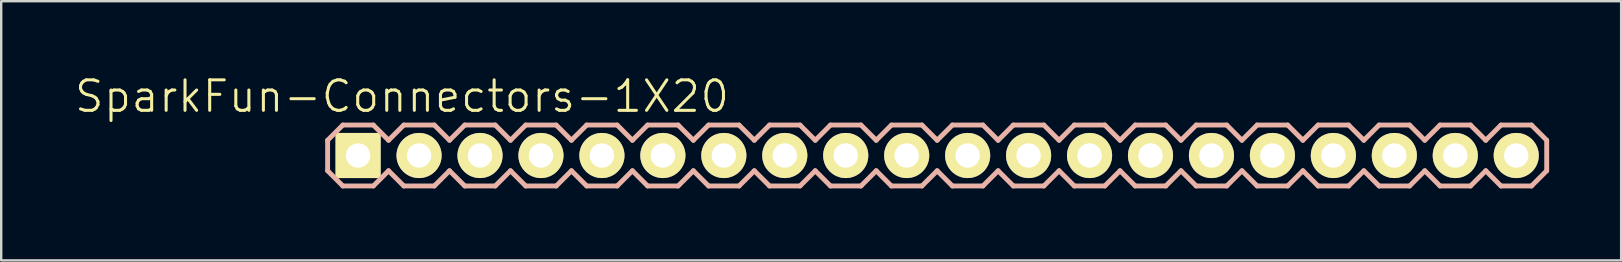
<source format=kicad_pcb>
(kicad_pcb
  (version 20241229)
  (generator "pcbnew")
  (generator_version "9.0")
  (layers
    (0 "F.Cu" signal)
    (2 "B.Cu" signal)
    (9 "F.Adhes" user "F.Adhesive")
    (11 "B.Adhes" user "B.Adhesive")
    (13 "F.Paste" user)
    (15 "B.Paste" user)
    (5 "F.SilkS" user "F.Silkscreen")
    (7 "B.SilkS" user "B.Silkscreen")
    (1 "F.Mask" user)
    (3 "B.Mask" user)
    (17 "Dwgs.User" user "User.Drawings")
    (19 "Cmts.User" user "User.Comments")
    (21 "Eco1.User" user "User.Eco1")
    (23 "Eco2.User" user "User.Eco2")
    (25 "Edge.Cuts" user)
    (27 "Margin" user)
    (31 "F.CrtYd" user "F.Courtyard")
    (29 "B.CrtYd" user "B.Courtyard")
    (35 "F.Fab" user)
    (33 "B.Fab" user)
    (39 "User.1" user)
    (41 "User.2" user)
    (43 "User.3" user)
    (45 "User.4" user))
  (footprint "SparkFun-Connectors-1X20"
    (layer "F.Cu")
    (at 11.872 3.43)
    (property "Reference" "SparkFun-Connectors-1X20" (at 1.829 -2.464 0) (layer "F.SilkS") (effects (font (size 1.27 1.27) (thickness 0.127))))
    (attr exclude_from_pos_files exclude_from_bom)
    (fp_line (start -0.254 -0.254) (end 0.254 -0.254) (stroke (width 0.066) (type solid)) (layer "F.SilkS"))
    (fp_line (start -0.254 0.254) (end -0.254 -0.254) (stroke (width 0.066) (type solid)) (layer "F.SilkS"))
    (fp_line (start -0.254 0.254) (end 0.254 0.254) (stroke (width 0.066) (type solid)) (layer "F.SilkS"))
    (fp_line (start 0.254 0.254) (end 0.254 -0.254) (stroke (width 0.066) (type solid)) (layer "F.SilkS"))
    (fp_line (start 2.286 -0.254) (end 2.794 -0.254) (stroke (width 0.066) (type solid)) (layer "F.SilkS"))
    (fp_line (start 2.286 0.254) (end 2.286 -0.254) (stroke (width 0.066) (type solid)) (layer "F.SilkS"))
    (fp_line (start 2.286 0.254) (end 2.794 0.254) (stroke (width 0.066) (type solid)) (layer "F.SilkS"))
    (fp_line (start 2.794 0.254) (end 2.794 -0.254) (stroke (width 0.066) (type solid)) (layer "F.SilkS"))
    (fp_line (start 4.826 -0.254) (end 5.334 -0.254) (stroke (width 0.066) (type solid)) (layer "F.SilkS"))
    (fp_line (start 4.826 0.254) (end 4.826 -0.254) (stroke (width 0.066) (type solid)) (layer "F.SilkS"))
    (fp_line (start 4.826 0.254) (end 5.334 0.254) (stroke (width 0.066) (type solid)) (layer "F.SilkS"))
    (fp_line (start 5.334 0.254) (end 5.334 -0.254) (stroke (width 0.066) (type solid)) (layer "F.SilkS"))
    (fp_line (start 7.366 -0.254) (end 7.874 -0.254) (stroke (width 0.066) (type solid)) (layer "F.SilkS"))
    (fp_line (start 7.366 0.254) (end 7.366 -0.254) (stroke (width 0.066) (type solid)) (layer "F.SilkS"))
    (fp_line (start 7.366 0.254) (end 7.874 0.254) (stroke (width 0.066) (type solid)) (layer "F.SilkS"))
    (fp_line (start 7.874 0.254) (end 7.874 -0.254) (stroke (width 0.066) (type solid)) (layer "F.SilkS"))
    (fp_line (start 9.906 -0.254) (end 10.414 -0.254) (stroke (width 0.066) (type solid)) (layer "F.SilkS"))
    (fp_line (start 9.906 0.254) (end 9.906 -0.254) (stroke (width 0.066) (type solid)) (layer "F.SilkS"))
    (fp_line (start 9.906 0.254) (end 10.414 0.254) (stroke (width 0.066) (type solid)) (layer "F.SilkS"))
    (fp_line (start 10.414 0.254) (end 10.414 -0.254) (stroke (width 0.066) (type solid)) (layer "F.SilkS"))
    (fp_line (start 12.446 -0.254) (end 12.954 -0.254) (stroke (width 0.066) (type solid)) (layer "F.SilkS"))
    (fp_line (start 12.446 0.254) (end 12.446 -0.254) (stroke (width 0.066) (type solid)) (layer "F.SilkS"))
    (fp_line (start 12.446 0.254) (end 12.954 0.254) (stroke (width 0.066) (type solid)) (layer "F.SilkS"))
    (fp_line (start 12.954 0.254) (end 12.954 -0.254) (stroke (width 0.066) (type solid)) (layer "F.SilkS"))
    (fp_line (start 14.986 -0.254) (end 15.494 -0.254) (stroke (width 0.066) (type solid)) (layer "F.SilkS"))
    (fp_line (start 14.986 0.254) (end 14.986 -0.254) (stroke (width 0.066) (type solid)) (layer "F.SilkS"))
    (fp_line (start 14.986 0.254) (end 15.494 0.254) (stroke (width 0.066) (type solid)) (layer "F.SilkS"))
    (fp_line (start 15.494 0.254) (end 15.494 -0.254) (stroke (width 0.066) (type solid)) (layer "F.SilkS"))
    (fp_line (start 17.523 -0.254) (end 18.034 -0.254) (stroke (width 0.066) (type solid)) (layer "F.SilkS"))
    (fp_line (start 17.523 0.254) (end 17.523 -0.254) (stroke (width 0.066) (type solid)) (layer "F.SilkS"))
    (fp_line (start 17.523 0.254) (end 18.034 0.254) (stroke (width 0.066) (type solid)) (layer "F.SilkS"))
    (fp_line (start 18.034 0.254) (end 18.034 -0.254) (stroke (width 0.066) (type solid)) (layer "F.SilkS"))
    (fp_line (start 20.066 -0.254) (end 20.574 -0.254) (stroke (width 0.066) (type solid)) (layer "F.SilkS"))
    (fp_line (start 20.066 0.254) (end 20.066 -0.254) (stroke (width 0.066) (type solid)) (layer "F.SilkS"))
    (fp_line (start 20.066 0.254) (end 20.574 0.254) (stroke (width 0.066) (type solid)) (layer "F.SilkS"))
    (fp_line (start 20.574 0.254) (end 20.574 -0.254) (stroke (width 0.066) (type solid)) (layer "F.SilkS"))
    (fp_line (start 22.606 -0.254) (end 23.114 -0.254) (stroke (width 0.066) (type solid)) (layer "F.SilkS"))
    (fp_line (start 22.606 0.254) (end 22.606 -0.254) (stroke (width 0.066) (type solid)) (layer "F.SilkS"))
    (fp_line (start 22.606 0.254) (end 23.114 0.254) (stroke (width 0.066) (type solid)) (layer "F.SilkS"))
    (fp_line (start 23.114 0.254) (end 23.114 -0.254) (stroke (width 0.066) (type solid)) (layer "F.SilkS"))
    (fp_line (start 25.146 -0.254) (end 25.654 -0.254) (stroke (width 0.066) (type solid)) (layer "F.SilkS"))
    (fp_line (start 25.146 0.254) (end 25.146 -0.254) (stroke (width 0.066) (type solid)) (layer "F.SilkS"))
    (fp_line (start 25.146 0.254) (end 25.654 0.254) (stroke (width 0.066) (type solid)) (layer "F.SilkS"))
    (fp_line (start 25.654 0.254) (end 25.654 -0.254) (stroke (width 0.066) (type solid)) (layer "F.SilkS"))
    (fp_line (start 27.686 -0.254) (end 28.194 -0.254) (stroke (width 0.066) (type solid)) (layer "F.SilkS"))
    (fp_line (start 27.686 0.254) (end 27.686 -0.254) (stroke (width 0.066) (type solid)) (layer "F.SilkS"))
    (fp_line (start 27.686 0.254) (end 28.194 0.254) (stroke (width 0.066) (type solid)) (layer "F.SilkS"))
    (fp_line (start 28.194 0.254) (end 28.194 -0.254) (stroke (width 0.066) (type solid)) (layer "F.SilkS"))
    (fp_line (start 30.226 -0.254) (end 30.734 -0.254) (stroke (width 0.066) (type solid)) (layer "F.SilkS"))
    (fp_line (start 30.226 0.254) (end 30.226 -0.254) (stroke (width 0.066) (type solid)) (layer "F.SilkS"))
    (fp_line (start 30.226 0.254) (end 30.734 0.254) (stroke (width 0.066) (type solid)) (layer "F.SilkS"))
    (fp_line (start 30.734 0.254) (end 30.734 -0.254) (stroke (width 0.066) (type solid)) (layer "F.SilkS"))
    (fp_line (start 32.766 -0.254) (end 33.274 -0.254) (stroke (width 0.066) (type solid)) (layer "F.SilkS"))
    (fp_line (start 32.766 0.254) (end 32.766 -0.254) (stroke (width 0.066) (type solid)) (layer "F.SilkS"))
    (fp_line (start 32.766 0.254) (end 33.274 0.254) (stroke (width 0.066) (type solid)) (layer "F.SilkS"))
    (fp_line (start 33.274 0.254) (end 33.274 -0.254) (stroke (width 0.066) (type solid)) (layer "F.SilkS"))
    (fp_line (start 35.303 -0.254) (end 35.814 -0.254) (stroke (width 0.066) (type solid)) (layer "F.SilkS"))
    (fp_line (start 35.303 0.254) (end 35.303 -0.254) (stroke (width 0.066) (type solid)) (layer "F.SilkS"))
    (fp_line (start 35.303 0.254) (end 35.814 0.254) (stroke (width 0.066) (type solid)) (layer "F.SilkS"))
    (fp_line (start 35.814 0.254) (end 35.814 -0.254) (stroke (width 0.066) (type solid)) (layer "F.SilkS"))
    (fp_line (start 37.846 -0.254) (end 38.354 -0.254) (stroke (width 0.066) (type solid)) (layer "F.SilkS"))
    (fp_line (start 37.846 0.254) (end 37.846 -0.254) (stroke (width 0.066) (type solid)) (layer "F.SilkS"))
    (fp_line (start 37.846 0.254) (end 38.354 0.254) (stroke (width 0.066) (type solid)) (layer "F.SilkS"))
    (fp_line (start 38.354 0.254) (end 38.354 -0.254) (stroke (width 0.066) (type solid)) (layer "F.SilkS"))
    (fp_line (start 40.386 -0.254) (end 40.894 -0.254) (stroke (width 0.066) (type solid)) (layer "F.SilkS"))
    (fp_line (start 40.386 0.254) (end 40.386 -0.254) (stroke (width 0.066) (type solid)) (layer "F.SilkS"))
    (fp_line (start 40.386 0.254) (end 40.894 0.254) (stroke (width 0.066) (type solid)) (layer "F.SilkS"))
    (fp_line (start 40.894 0.254) (end 40.894 -0.254) (stroke (width 0.066) (type solid)) (layer "F.SilkS"))
    (fp_line (start 42.926 -0.254) (end 43.434 -0.254) (stroke (width 0.066) (type solid)) (layer "F.SilkS"))
    (fp_line (start 42.926 0.254) (end 42.926 -0.254) (stroke (width 0.066) (type solid)) (layer "F.SilkS"))
    (fp_line (start 42.926 0.254) (end 43.434 0.254) (stroke (width 0.066) (type solid)) (layer "F.SilkS"))
    (fp_line (start 43.434 0.254) (end 43.434 -0.254) (stroke (width 0.066) (type solid)) (layer "F.SilkS"))
    (fp_line (start 45.466 -0.254) (end 45.974 -0.254) (stroke (width 0.066) (type solid)) (layer "F.SilkS"))
    (fp_line (start 45.466 0.254) (end 45.466 -0.254) (stroke (width 0.066) (type solid)) (layer "F.SilkS"))
    (fp_line (start 45.466 0.254) (end 45.974 0.254) (stroke (width 0.066) (type solid)) (layer "F.SilkS"))
    (fp_line (start 45.974 0.254) (end 45.974 -0.254) (stroke (width 0.066) (type solid)) (layer "F.SilkS"))
    (fp_line (start 48.006 -0.254) (end 48.514 -0.254) (stroke (width 0.066) (type solid)) (layer "F.SilkS"))
    (fp_line (start 48.006 0.254) (end 48.006 -0.254) (stroke (width 0.066) (type solid)) (layer "F.SilkS"))
    (fp_line (start 48.006 0.254) (end 48.514 0.254) (stroke (width 0.066) (type solid)) (layer "F.SilkS"))
    (fp_line (start 48.514 0.254) (end 48.514 -0.254) (stroke (width 0.066) (type solid)) (layer "F.SilkS"))
    (fp_line (start -1.27 -0.635) (end -1.27 0.635) (stroke (width 0.203) (type solid)) (layer "B.SilkS"))
    (fp_line (start -1.27 0.635) (end -0.635 1.27) (stroke (width 0.203) (type solid)) (layer "B.SilkS"))
    (fp_line (start -0.635 -1.27) (end -1.27 -0.635) (stroke (width 0.203) (type solid)) (layer "B.SilkS"))
    (fp_line (start -0.635 -1.27) (end 0.635 -1.27) (stroke (width 0.203) (type solid)) (layer "B.SilkS"))
    (fp_line (start 0.635 -1.27) (end 1.27 -0.635) (stroke (width 0.203) (type solid)) (layer "B.SilkS"))
    (fp_line (start 0.635 1.27) (end -0.635 1.27) (stroke (width 0.203) (type solid)) (layer "B.SilkS"))
    (fp_line (start 1.27 -0.635) (end 1.905 -1.27) (stroke (width 0.203) (type solid)) (layer "B.SilkS"))
    (fp_line (start 1.27 0.635) (end 0.635 1.27) (stroke (width 0.203) (type solid)) (layer "B.SilkS"))
    (fp_line (start 1.905 -1.27) (end 3.175 -1.27) (stroke (width 0.203) (type solid)) (layer "B.SilkS"))
    (fp_line (start 1.905 1.27) (end 1.27 0.635) (stroke (width 0.203) (type solid)) (layer "B.SilkS"))
    (fp_line (start 3.175 -1.27) (end 3.81 -0.635) (stroke (width 0.203) (type solid)) (layer "B.SilkS"))
    (fp_line (start 3.175 1.27) (end 1.905 1.27) (stroke (width 0.203) (type solid)) (layer "B.SilkS"))
    (fp_line (start 3.81 -0.635) (end 4.445 -1.27) (stroke (width 0.203) (type solid)) (layer "B.SilkS"))
    (fp_line (start 3.81 0.635) (end 3.175 1.27) (stroke (width 0.203) (type solid)) (layer "B.SilkS"))
    (fp_line (start 4.445 -1.27) (end 5.715 -1.27) (stroke (width 0.203) (type solid)) (layer "B.SilkS"))
    (fp_line (start 4.445 1.27) (end 3.81 0.635) (stroke (width 0.203) (type solid)) (layer "B.SilkS"))
    (fp_line (start 5.715 -1.27) (end 6.35 -0.635) (stroke (width 0.203) (type solid)) (layer "B.SilkS"))
    (fp_line (start 5.715 1.27) (end 4.445 1.27) (stroke (width 0.203) (type solid)) (layer "B.SilkS"))
    (fp_line (start 6.35 0.635) (end 5.715 1.27) (stroke (width 0.203) (type solid)) (layer "B.SilkS"))
    (fp_line (start 6.35 0.635) (end 6.985 1.27) (stroke (width 0.203) (type solid)) (layer "B.SilkS"))
    (fp_line (start 6.985 -1.27) (end 6.35 -0.635) (stroke (width 0.203) (type solid)) (layer "B.SilkS"))
    (fp_line (start 6.985 -1.27) (end 8.255 -1.27) (stroke (width 0.203) (type solid)) (layer "B.SilkS"))
    (fp_line (start 8.255 -1.27) (end 8.89 -0.635) (stroke (width 0.203) (type solid)) (layer "B.SilkS"))
    (fp_line (start 8.255 1.27) (end 6.985 1.27) (stroke (width 0.203) (type solid)) (layer "B.SilkS"))
    (fp_line (start 8.89 -0.635) (end 9.525 -1.27) (stroke (width 0.203) (type solid)) (layer "B.SilkS"))
    (fp_line (start 8.89 0.635) (end 8.255 1.27) (stroke (width 0.203) (type solid)) (layer "B.SilkS"))
    (fp_line (start 9.525 -1.27) (end 10.795 -1.27) (stroke (width 0.203) (type solid)) (layer "B.SilkS"))
    (fp_line (start 9.525 1.27) (end 8.89 0.635) (stroke (width 0.203) (type solid)) (layer "B.SilkS"))
    (fp_line (start 10.795 -1.27) (end 11.43 -0.635) (stroke (width 0.203) (type solid)) (layer "B.SilkS"))
    (fp_line (start 10.795 1.27) (end 9.525 1.27) (stroke (width 0.203) (type solid)) (layer "B.SilkS"))
    (fp_line (start 11.43 -0.635) (end 12.065 -1.27) (stroke (width 0.203) (type solid)) (layer "B.SilkS"))
    (fp_line (start 11.43 0.635) (end 10.795 1.27) (stroke (width 0.203) (type solid)) (layer "B.SilkS"))
    (fp_line (start 12.065 -1.27) (end 13.335 -1.27) (stroke (width 0.203) (type solid)) (layer "B.SilkS"))
    (fp_line (start 12.065 1.27) (end 11.43 0.635) (stroke (width 0.203) (type solid)) (layer "B.SilkS"))
    (fp_line (start 13.335 -1.27) (end 13.97 -0.635) (stroke (width 0.203) (type solid)) (layer "B.SilkS"))
    (fp_line (start 13.335 1.27) (end 12.065 1.27) (stroke (width 0.203) (type solid)) (layer "B.SilkS"))
    (fp_line (start 13.97 0.635) (end 13.335 1.27) (stroke (width 0.203) (type solid)) (layer "B.SilkS"))
    (fp_line (start 13.97 0.635) (end 14.605 1.27) (stroke (width 0.203) (type solid)) (layer "B.SilkS"))
    (fp_line (start 14.605 -1.27) (end 13.97 -0.635) (stroke (width 0.203) (type solid)) (layer "B.SilkS"))
    (fp_line (start 14.605 -1.27) (end 15.875 -1.27) (stroke (width 0.203) (type solid)) (layer "B.SilkS"))
    (fp_line (start 15.875 -1.27) (end 16.51 -0.635) (stroke (width 0.203) (type solid)) (layer "B.SilkS"))
    (fp_line (start 15.875 1.27) (end 14.605 1.27) (stroke (width 0.203) (type solid)) (layer "B.SilkS"))
    (fp_line (start 16.51 0.635) (end 15.875 1.27) (stroke (width 0.203) (type solid)) (layer "B.SilkS"))
    (fp_line (start 16.51 0.635) (end 17.145 1.27) (stroke (width 0.203) (type solid)) (layer "B.SilkS"))
    (fp_line (start 17.145 -1.27) (end 16.51 -0.635) (stroke (width 0.203) (type solid)) (layer "B.SilkS"))
    (fp_line (start 17.145 -1.27) (end 18.415 -1.27) (stroke (width 0.203) (type solid)) (layer "B.SilkS"))
    (fp_line (start 18.415 -1.27) (end 19.05 -0.635) (stroke (width 0.203) (type solid)) (layer "B.SilkS"))
    (fp_line (start 18.415 1.27) (end 17.145 1.27) (stroke (width 0.203) (type solid)) (layer "B.SilkS"))
    (fp_line (start 19.05 -0.635) (end 19.685 -1.27) (stroke (width 0.203) (type solid)) (layer "B.SilkS"))
    (fp_line (start 19.05 0.635) (end 18.415 1.27) (stroke (width 0.203) (type solid)) (layer "B.SilkS"))
    (fp_line (start 19.685 -1.27) (end 20.955 -1.27) (stroke (width 0.203) (type solid)) (layer "B.SilkS"))
    (fp_line (start 19.685 1.27) (end 19.05 0.635) (stroke (width 0.203) (type solid)) (layer "B.SilkS"))
    (fp_line (start 20.955 -1.27) (end 21.59 -0.635) (stroke (width 0.203) (type solid)) (layer "B.SilkS"))
    (fp_line (start 20.955 1.27) (end 19.685 1.27) (stroke (width 0.203) (type solid)) (layer "B.SilkS"))
    (fp_line (start 21.59 -0.635) (end 22.225 -1.27) (stroke (width 0.203) (type solid)) (layer "B.SilkS"))
    (fp_line (start 21.59 0.635) (end 20.955 1.27) (stroke (width 0.203) (type solid)) (layer "B.SilkS"))
    (fp_line (start 22.225 -1.27) (end 23.495 -1.27) (stroke (width 0.203) (type solid)) (layer "B.SilkS"))
    (fp_line (start 22.225 1.27) (end 21.59 0.635) (stroke (width 0.203) (type solid)) (layer "B.SilkS"))
    (fp_line (start 23.495 -1.27) (end 24.13 -0.635) (stroke (width 0.203) (type solid)) (layer "B.SilkS"))
    (fp_line (start 23.495 1.27) (end 22.225 1.27) (stroke (width 0.203) (type solid)) (layer "B.SilkS"))
    (fp_line (start 24.13 0.635) (end 23.495 1.27) (stroke (width 0.203) (type solid)) (layer "B.SilkS"))
    (fp_line (start 24.13 0.635) (end 24.765 1.27) (stroke (width 0.203) (type solid)) (layer "B.SilkS"))
    (fp_line (start 24.765 -1.27) (end 24.13 -0.635) (stroke (width 0.203) (type solid)) (layer "B.SilkS"))
    (fp_line (start 24.765 -1.27) (end 26.035 -1.27) (stroke (width 0.203) (type solid)) (layer "B.SilkS"))
    (fp_line (start 26.035 -1.27) (end 26.67 -0.635) (stroke (width 0.203) (type solid)) (layer "B.SilkS"))
    (fp_line (start 26.035 1.27) (end 24.765 1.27) (stroke (width 0.203) (type solid)) (layer "B.SilkS"))
    (fp_line (start 26.67 -0.635) (end 27.305 -1.27) (stroke (width 0.203) (type solid)) (layer "B.SilkS"))
    (fp_line (start 26.67 0.635) (end 26.035 1.27) (stroke (width 0.203) (type solid)) (layer "B.SilkS"))
    (fp_line (start 27.305 -1.27) (end 28.575 -1.27) (stroke (width 0.203) (type solid)) (layer "B.SilkS"))
    (fp_line (start 27.305 1.27) (end 26.67 0.635) (stroke (width 0.203) (type solid)) (layer "B.SilkS"))
    (fp_line (start 28.575 -1.27) (end 29.21 -0.635) (stroke (width 0.203) (type solid)) (layer "B.SilkS"))
    (fp_line (start 28.575 1.27) (end 27.305 1.27) (stroke (width 0.203) (type solid)) (layer "B.SilkS"))
    (fp_line (start 29.21 -0.635) (end 29.845 -1.27) (stroke (width 0.203) (type solid)) (layer "B.SilkS"))
    (fp_line (start 29.21 0.635) (end 28.575 1.27) (stroke (width 0.203) (type solid)) (layer "B.SilkS"))
    (fp_line (start 29.845 -1.27) (end 31.115 -1.27) (stroke (width 0.203) (type solid)) (layer "B.SilkS"))
    (fp_line (start 29.845 1.27) (end 29.21 0.635) (stroke (width 0.203) (type solid)) (layer "B.SilkS"))
    (fp_line (start 31.115 -1.27) (end 31.75 -0.635) (stroke (width 0.203) (type solid)) (layer "B.SilkS"))
    (fp_line (start 31.115 1.27) (end 29.845 1.27) (stroke (width 0.203) (type solid)) (layer "B.SilkS"))
    (fp_line (start 31.75 0.635) (end 31.115 1.27) (stroke (width 0.203) (type solid)) (layer "B.SilkS"))
    (fp_line (start 31.75 0.635) (end 32.385 1.27) (stroke (width 0.203) (type solid)) (layer "B.SilkS"))
    (fp_line (start 32.385 -1.27) (end 31.75 -0.635) (stroke (width 0.203) (type solid)) (layer "B.SilkS"))
    (fp_line (start 32.385 -1.27) (end 33.655 -1.27) (stroke (width 0.203) (type solid)) (layer "B.SilkS"))
    (fp_line (start 33.655 -1.27) (end 34.29 -0.635) (stroke (width 0.203) (type solid)) (layer "B.SilkS"))
    (fp_line (start 33.655 1.27) (end 32.385 1.27) (stroke (width 0.203) (type solid)) (layer "B.SilkS"))
    (fp_line (start 34.29 0.635) (end 33.655 1.27) (stroke (width 0.203) (type solid)) (layer "B.SilkS"))
    (fp_line (start 34.29 0.635) (end 34.925 1.27) (stroke (width 0.203) (type solid)) (layer "B.SilkS"))
    (fp_line (start 34.925 -1.27) (end 34.29 -0.635) (stroke (width 0.203) (type solid)) (layer "B.SilkS"))
    (fp_line (start 34.925 -1.27) (end 36.195 -1.27) (stroke (width 0.203) (type solid)) (layer "B.SilkS"))
    (fp_line (start 36.195 -1.27) (end 36.83 -0.635) (stroke (width 0.203) (type solid)) (layer "B.SilkS"))
    (fp_line (start 36.195 1.27) (end 34.925 1.27) (stroke (width 0.203) (type solid)) (layer "B.SilkS"))
    (fp_line (start 36.83 0.635) (end 36.195 1.27) (stroke (width 0.203) (type solid)) (layer "B.SilkS"))
    (fp_line (start 36.83 0.635) (end 37.465 1.27) (stroke (width 0.203) (type solid)) (layer "B.SilkS"))
    (fp_line (start 37.465 -1.27) (end 36.83 -0.635) (stroke (width 0.203) (type solid)) (layer "B.SilkS"))
    (fp_line (start 37.465 -1.27) (end 38.735 -1.27) (stroke (width 0.203) (type solid)) (layer "B.SilkS"))
    (fp_line (start 38.735 -1.27) (end 39.37 -0.635) (stroke (width 0.203) (type solid)) (layer "B.SilkS"))
    (fp_line (start 38.735 1.27) (end 37.465 1.27) (stroke (width 0.203) (type solid)) (layer "B.SilkS"))
    (fp_line (start 39.37 0.635) (end 38.735 1.27) (stroke (width 0.203) (type solid)) (layer "B.SilkS"))
    (fp_line (start 39.37 0.635) (end 40.005 1.27) (stroke (width 0.203) (type solid)) (layer "B.SilkS"))
    (fp_line (start 40.005 -1.27) (end 39.37 -0.635) (stroke (width 0.203) (type solid)) (layer "B.SilkS"))
    (fp_line (start 40.005 -1.27) (end 41.275 -1.27) (stroke (width 0.203) (type solid)) (layer "B.SilkS"))
    (fp_line (start 41.275 -1.27) (end 41.91 -0.635) (stroke (width 0.203) (type solid)) (layer "B.SilkS"))
    (fp_line (start 41.275 1.27) (end 40.005 1.27) (stroke (width 0.203) (type solid)) (layer "B.SilkS"))
    (fp_line (start 41.91 0.635) (end 41.275 1.27) (stroke (width 0.203) (type solid)) (layer "B.SilkS"))
    (fp_line (start 41.91 0.635) (end 42.545 1.27) (stroke (width 0.203) (type solid)) (layer "B.SilkS"))
    (fp_line (start 42.545 -1.27) (end 41.91 -0.635) (stroke (width 0.203) (type solid)) (layer "B.SilkS"))
    (fp_line (start 42.545 -1.27) (end 43.815 -1.27) (stroke (width 0.203) (type solid)) (layer "B.SilkS"))
    (fp_line (start 43.815 -1.27) (end 44.45 -0.635) (stroke (width 0.203) (type solid)) (layer "B.SilkS"))
    (fp_line (start 43.815 1.27) (end 42.545 1.27) (stroke (width 0.203) (type solid)) (layer "B.SilkS"))
    (fp_line (start 44.45 0.635) (end 43.815 1.27) (stroke (width 0.203) (type solid)) (layer "B.SilkS"))
    (fp_line (start 44.45 0.635) (end 45.085 1.27) (stroke (width 0.203) (type solid)) (layer "B.SilkS"))
    (fp_line (start 45.085 -1.27) (end 44.45 -0.635) (stroke (width 0.203) (type solid)) (layer "B.SilkS"))
    (fp_line (start 45.085 -1.27) (end 46.355 -1.27) (stroke (width 0.203) (type solid)) (layer "B.SilkS"))
    (fp_line (start 46.355 -1.27) (end 46.99 -0.635) (stroke (width 0.203) (type solid)) (layer "B.SilkS"))
    (fp_line (start 46.355 1.27) (end 45.085 1.27) (stroke (width 0.203) (type solid)) (layer "B.SilkS"))
    (fp_line (start 46.99 0.635) (end 46.355 1.27) (stroke (width 0.203) (type solid)) (layer "B.SilkS"))
    (fp_line (start 46.99 0.635) (end 47.625 1.27) (stroke (width 0.203) (type solid)) (layer "B.SilkS"))
    (fp_line (start 47.625 -1.27) (end 46.99 -0.635) (stroke (width 0.203) (type solid)) (layer "B.SilkS"))
    (fp_line (start 47.625 -1.27) (end 48.895 -1.27) (stroke (width 0.203) (type solid)) (layer "B.SilkS"))
    (fp_line (start 48.895 -1.27) (end 49.53 -0.635) (stroke (width 0.203) (type solid)) (layer "B.SilkS"))
    (fp_line (start 48.895 1.27) (end 47.625 1.27) (stroke (width 0.203) (type solid)) (layer "B.SilkS"))
    (fp_line (start 49.53 -0.635) (end 49.53 0.635) (stroke (width 0.203) (type solid)) (layer "B.SilkS"))
    (fp_line (start 49.53 0.635) (end 48.895 1.27) (stroke (width 0.203) (type solid)) (layer "B.SilkS"))
    (pad "1" thru_hole rect (at 0 0) (size 1.88 1.88) (drill 1.016) (layers "*.Cu" "F.Mask" "F.SilkS" "F.Paste"))
    (pad "2" thru_hole circle (at 2.54 0) (size 1.88 1.88) (drill 1.016) (layers "*.Cu" "F.Mask" "F.SilkS" "F.Paste"))
    (pad "3" thru_hole circle (at 5.08 0) (size 1.88 1.88) (drill 1.016) (layers "*.Cu" "F.Mask" "F.SilkS" "F.Paste"))
    (pad "4" thru_hole circle (at 7.62 0) (size 1.88 1.88) (drill 1.016) (layers "*.Cu" "F.Mask" "F.SilkS" "F.Paste"))
    (pad "5" thru_hole circle (at 10.16 0) (size 1.88 1.88) (drill 1.016) (layers "*.Cu" "F.Mask" "F.SilkS" "F.Paste"))
    (pad "6" thru_hole circle (at 12.7 0) (size 1.88 1.88) (drill 1.016) (layers "*.Cu" "F.Mask" "F.SilkS" "F.Paste"))
    (pad "7" thru_hole circle (at 15.24 0) (size 1.88 1.88) (drill 1.016) (layers "*.Cu" "F.Mask" "F.SilkS" "F.Paste"))
    (pad "8" thru_hole circle (at 17.78 0) (size 1.88 1.88) (drill 1.016) (layers "*.Cu" "F.Mask" "F.SilkS" "F.Paste"))
    (pad "9" thru_hole circle (at 20.32 0) (size 1.88 1.88) (drill 1.016) (layers "*.Cu" "F.Mask" "F.SilkS" "F.Paste"))
    (pad "10" thru_hole circle (at 22.86 0) (size 1.88 1.88) (drill 1.016) (layers "*.Cu" "F.Mask" "F.SilkS" "F.Paste"))
    (pad "11" thru_hole circle (at 25.4 0) (size 1.88 1.88) (drill 1.016) (layers "*.Cu" "F.Mask" "F.SilkS" "F.Paste"))
    (pad "12" thru_hole circle (at 27.94 0) (size 1.88 1.88) (drill 1.016) (layers "*.Cu" "F.Mask" "F.SilkS" "F.Paste"))
    (pad "13" thru_hole circle (at 30.48 0) (size 1.88 1.88) (drill 1.016) (layers "*.Cu" "F.Mask" "F.SilkS" "F.Paste"))
    (pad "14" thru_hole circle (at 33.02 0) (size 1.88 1.88) (drill 1.016) (layers "*.Cu" "F.Mask" "F.SilkS" "F.Paste"))
    (pad "15" thru_hole circle (at 35.56 0) (size 1.88 1.88) (drill 1.016) (layers "*.Cu" "F.Mask" "F.SilkS" "F.Paste"))
    (pad "16" thru_hole circle (at 38.1 0) (size 1.88 1.88) (drill 1.016) (layers "*.Cu" "F.Mask" "F.SilkS" "F.Paste"))
    (pad "17" thru_hole circle (at 40.64 0) (size 1.88 1.88) (drill 1.016) (layers "*.Cu" "F.Mask" "F.SilkS" "F.Paste"))
    (pad "18" thru_hole circle (at 43.18 0) (size 1.88 1.88) (drill 1.016) (layers "*.Cu" "F.Mask" "F.SilkS" "F.Paste"))
    (pad "19" thru_hole circle (at 45.72 0) (size 1.88 1.88) (drill 1.016) (layers "*.Cu" "F.Mask" "F.SilkS" "F.Paste"))
    (pad "20" thru_hole circle (at 48.26 0) (size 1.88 1.88) (drill 1.016) (layers "*.Cu" "F.Mask" "F.SilkS" "F.Paste")))
  (gr_rect
    (start -3 -3)
    (end 64.504 7.801)
    (stroke (width 0.1) (type default))
    (fill no)
    (layer "Edge.Cuts")))
</source>
